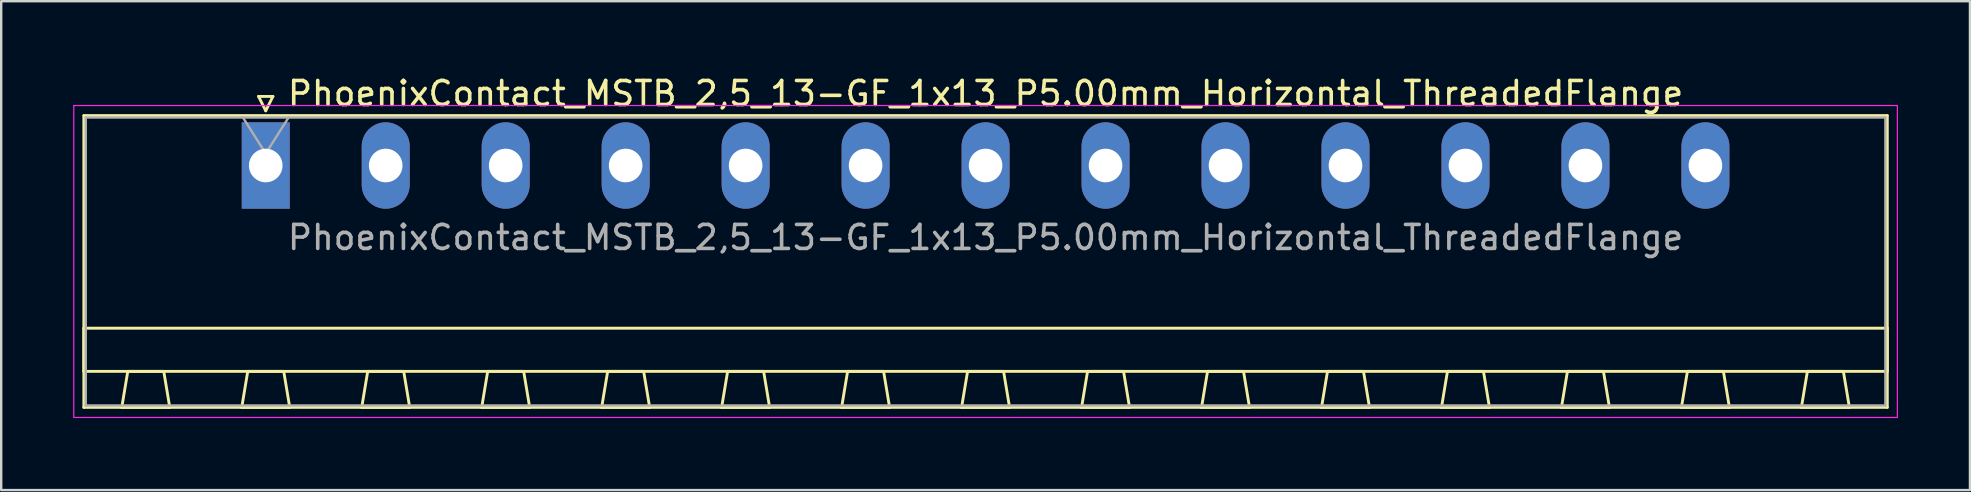
<source format=kicad_pcb>
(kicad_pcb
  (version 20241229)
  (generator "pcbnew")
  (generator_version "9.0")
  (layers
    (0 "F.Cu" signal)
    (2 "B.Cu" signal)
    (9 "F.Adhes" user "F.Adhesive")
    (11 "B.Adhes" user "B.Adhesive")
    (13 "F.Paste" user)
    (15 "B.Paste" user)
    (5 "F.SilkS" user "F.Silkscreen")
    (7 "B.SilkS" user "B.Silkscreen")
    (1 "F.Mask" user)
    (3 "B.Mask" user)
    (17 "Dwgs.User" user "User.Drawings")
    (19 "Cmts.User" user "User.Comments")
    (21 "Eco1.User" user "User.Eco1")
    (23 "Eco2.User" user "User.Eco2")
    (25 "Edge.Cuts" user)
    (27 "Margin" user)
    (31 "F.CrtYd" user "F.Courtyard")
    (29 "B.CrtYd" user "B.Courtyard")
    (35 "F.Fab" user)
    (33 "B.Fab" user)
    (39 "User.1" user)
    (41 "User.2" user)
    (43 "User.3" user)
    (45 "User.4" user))
  (footprint "PhoenixContact_MSTB_2,5_13-GF_1x13_P5.00mm_Horizontal_ThreadedFlange"
    (layer "F.Cu")
    (at 8.025 3.848)
    (property "Reference" "PhoenixContact_MSTB_2,5_13-GF_1x13_P5.00mm_Horizontal_ThreadedFlange" (at 30 -3 0) (layer "F.SilkS") (effects (font (size 1 1) (thickness 0.15))))
    (attr through_hole)
    (fp_line (start -7.58 -2.08) (end -7.58 10.08) (stroke (width 0.12) (type solid)) (layer "F.SilkS"))
    (fp_line (start -7.58 6.78) (end 67.58 6.78) (stroke (width 0.12) (type solid)) (layer "F.SilkS"))
    (fp_line (start -7.58 8.58) (end -7.58 6.78) (stroke (width 0.12) (type solid)) (layer "F.SilkS"))
    (fp_line (start -7.58 10.08) (end 67.58 10.08) (stroke (width 0.12) (type solid)) (layer "F.SilkS"))
    (fp_line (start -6 10.08) (end -4 10.08) (stroke (width 0.12) (type solid)) (layer "F.SilkS"))
    (fp_line (start -5.75 8.58) (end -6 10.08) (stroke (width 0.12) (type solid)) (layer "F.SilkS"))
    (fp_line (start -4.25 8.58) (end -5.75 8.58) (stroke (width 0.12) (type solid)) (layer "F.SilkS"))
    (fp_line (start -4 10.08) (end -4.25 8.58) (stroke (width 0.12) (type solid)) (layer "F.SilkS"))
    (fp_line (start -1 10.08) (end 1 10.08) (stroke (width 0.12) (type solid)) (layer "F.SilkS"))
    (fp_line (start -0.75 8.58) (end -1 10.08) (stroke (width 0.12) (type solid)) (layer "F.SilkS"))
    (fp_line (start -0.3 -2.88) (end 0.3 -2.88) (stroke (width 0.12) (type solid)) (layer "F.SilkS"))
    (fp_line (start 0 -2.28) (end -0.3 -2.88) (stroke (width 0.12) (type solid)) (layer "F.SilkS"))
    (fp_line (start 0.3 -2.88) (end 0 -2.28) (stroke (width 0.12) (type solid)) (layer "F.SilkS"))
    (fp_line (start 0.75 8.58) (end -0.75 8.58) (stroke (width 0.12) (type solid)) (layer "F.SilkS"))
    (fp_line (start 1 10.08) (end 0.75 8.58) (stroke (width 0.12) (type solid)) (layer "F.SilkS"))
    (fp_line (start 4 10.08) (end 6 10.08) (stroke (width 0.12) (type solid)) (layer "F.SilkS"))
    (fp_line (start 4.25 8.58) (end 4 10.08) (stroke (width 0.12) (type solid)) (layer "F.SilkS"))
    (fp_line (start 5.75 8.58) (end 4.25 8.58) (stroke (width 0.12) (type solid)) (layer "F.SilkS"))
    (fp_line (start 6 10.08) (end 5.75 8.58) (stroke (width 0.12) (type solid)) (layer "F.SilkS"))
    (fp_line (start 9 10.08) (end 11 10.08) (stroke (width 0.12) (type solid)) (layer "F.SilkS"))
    (fp_line (start 9.25 8.58) (end 9 10.08) (stroke (width 0.12) (type solid)) (layer "F.SilkS"))
    (fp_line (start 10.75 8.58) (end 9.25 8.58) (stroke (width 0.12) (type solid)) (layer "F.SilkS"))
    (fp_line (start 11 10.08) (end 10.75 8.58) (stroke (width 0.12) (type solid)) (layer "F.SilkS"))
    (fp_line (start 14 10.08) (end 16 10.08) (stroke (width 0.12) (type solid)) (layer "F.SilkS"))
    (fp_line (start 14.25 8.58) (end 14 10.08) (stroke (width 0.12) (type solid)) (layer "F.SilkS"))
    (fp_line (start 15.75 8.58) (end 14.25 8.58) (stroke (width 0.12) (type solid)) (layer "F.SilkS"))
    (fp_line (start 16 10.08) (end 15.75 8.58) (stroke (width 0.12) (type solid)) (layer "F.SilkS"))
    (fp_line (start 19 10.08) (end 21 10.08) (stroke (width 0.12) (type solid)) (layer "F.SilkS"))
    (fp_line (start 19.25 8.58) (end 19 10.08) (stroke (width 0.12) (type solid)) (layer "F.SilkS"))
    (fp_line (start 20.75 8.58) (end 19.25 8.58) (stroke (width 0.12) (type solid)) (layer "F.SilkS"))
    (fp_line (start 21 10.08) (end 20.75 8.58) (stroke (width 0.12) (type solid)) (layer "F.SilkS"))
    (fp_line (start 24 10.08) (end 26 10.08) (stroke (width 0.12) (type solid)) (layer "F.SilkS"))
    (fp_line (start 24.25 8.58) (end 24 10.08) (stroke (width 0.12) (type solid)) (layer "F.SilkS"))
    (fp_line (start 25.75 8.58) (end 24.25 8.58) (stroke (width 0.12) (type solid)) (layer "F.SilkS"))
    (fp_line (start 26 10.08) (end 25.75 8.58) (stroke (width 0.12) (type solid)) (layer "F.SilkS"))
    (fp_line (start 29 10.08) (end 31 10.08) (stroke (width 0.12) (type solid)) (layer "F.SilkS"))
    (fp_line (start 29.25 8.58) (end 29 10.08) (stroke (width 0.12) (type solid)) (layer "F.SilkS"))
    (fp_line (start 30.75 8.58) (end 29.25 8.58) (stroke (width 0.12) (type solid)) (layer "F.SilkS"))
    (fp_line (start 31 10.08) (end 30.75 8.58) (stroke (width 0.12) (type solid)) (layer "F.SilkS"))
    (fp_line (start 34 10.08) (end 36 10.08) (stroke (width 0.12) (type solid)) (layer "F.SilkS"))
    (fp_line (start 34.25 8.58) (end 34 10.08) (stroke (width 0.12) (type solid)) (layer "F.SilkS"))
    (fp_line (start 35.75 8.58) (end 34.25 8.58) (stroke (width 0.12) (type solid)) (layer "F.SilkS"))
    (fp_line (start 36 10.08) (end 35.75 8.58) (stroke (width 0.12) (type solid)) (layer "F.SilkS"))
    (fp_line (start 39 10.08) (end 41 10.08) (stroke (width 0.12) (type solid)) (layer "F.SilkS"))
    (fp_line (start 39.25 8.58) (end 39 10.08) (stroke (width 0.12) (type solid)) (layer "F.SilkS"))
    (fp_line (start 40.75 8.58) (end 39.25 8.58) (stroke (width 0.12) (type solid)) (layer "F.SilkS"))
    (fp_line (start 41 10.08) (end 40.75 8.58) (stroke (width 0.12) (type solid)) (layer "F.SilkS"))
    (fp_line (start 44 10.08) (end 46 10.08) (stroke (width 0.12) (type solid)) (layer "F.SilkS"))
    (fp_line (start 44.25 8.58) (end 44 10.08) (stroke (width 0.12) (type solid)) (layer "F.SilkS"))
    (fp_line (start 45.75 8.58) (end 44.25 8.58) (stroke (width 0.12) (type solid)) (layer "F.SilkS"))
    (fp_line (start 46 10.08) (end 45.75 8.58) (stroke (width 0.12) (type solid)) (layer "F.SilkS"))
    (fp_line (start 49 10.08) (end 51 10.08) (stroke (width 0.12) (type solid)) (layer "F.SilkS"))
    (fp_line (start 49.25 8.58) (end 49 10.08) (stroke (width 0.12) (type solid)) (layer "F.SilkS"))
    (fp_line (start 50.75 8.58) (end 49.25 8.58) (stroke (width 0.12) (type solid)) (layer "F.SilkS"))
    (fp_line (start 51 10.08) (end 50.75 8.58) (stroke (width 0.12) (type solid)) (layer "F.SilkS"))
    (fp_line (start 54 10.08) (end 56 10.08) (stroke (width 0.12) (type solid)) (layer "F.SilkS"))
    (fp_line (start 54.25 8.58) (end 54 10.08) (stroke (width 0.12) (type solid)) (layer "F.SilkS"))
    (fp_line (start 55.75 8.58) (end 54.25 8.58) (stroke (width 0.12) (type solid)) (layer "F.SilkS"))
    (fp_line (start 56 10.08) (end 55.75 8.58) (stroke (width 0.12) (type solid)) (layer "F.SilkS"))
    (fp_line (start 59 10.08) (end 61 10.08) (stroke (width 0.12) (type solid)) (layer "F.SilkS"))
    (fp_line (start 59.25 8.58) (end 59 10.08) (stroke (width 0.12) (type solid)) (layer "F.SilkS"))
    (fp_line (start 60.75 8.58) (end 59.25 8.58) (stroke (width 0.12) (type solid)) (layer "F.SilkS"))
    (fp_line (start 61 10.08) (end 60.75 8.58) (stroke (width 0.12) (type solid)) (layer "F.SilkS"))
    (fp_line (start 64 10.08) (end 66 10.08) (stroke (width 0.12) (type solid)) (layer "F.SilkS"))
    (fp_line (start 64.25 8.58) (end 64 10.08) (stroke (width 0.12) (type solid)) (layer "F.SilkS"))
    (fp_line (start 65.75 8.58) (end 64.25 8.58) (stroke (width 0.12) (type solid)) (layer "F.SilkS"))
    (fp_line (start 66 10.08) (end 65.75 8.58) (stroke (width 0.12) (type solid)) (layer "F.SilkS"))
    (fp_line (start 67.58 -2.08) (end -7.58 -2.08) (stroke (width 0.12) (type solid)) (layer "F.SilkS"))
    (fp_line (start 67.58 6.78) (end 67.58 8.58) (stroke (width 0.12) (type solid)) (layer "F.SilkS"))
    (fp_line (start 67.58 8.58) (end -7.58 8.58) (stroke (width 0.12) (type solid)) (layer "F.SilkS"))
    (fp_line (start 67.58 10.08) (end 67.58 -2.08) (stroke (width 0.12) (type solid)) (layer "F.SilkS"))
    (fp_line (start -8 -2.5) (end -8 10.5) (stroke (width 0.05) (type solid)) (layer "F.CrtYd"))
    (fp_line (start -8 10.5) (end 68 10.5) (stroke (width 0.05) (type solid)) (layer "F.CrtYd"))
    (fp_line (start 68 -2.5) (end -8 -2.5) (stroke (width 0.05) (type solid)) (layer "F.CrtYd"))
    (fp_line (start 68 10.5) (end 68 -2.5) (stroke (width 0.05) (type solid)) (layer "F.CrtYd"))
    (fp_line (start -7.5 -2) (end -7.5 10) (stroke (width 0.1) (type solid)) (layer "F.Fab"))
    (fp_line (start -7.5 10) (end 67.5 10) (stroke (width 0.1) (type solid)) (layer "F.Fab"))
    (fp_line (start 0 -0.5) (end -0.95 -2) (stroke (width 0.1) (type solid)) (layer "F.Fab"))
    (fp_line (start 0.95 -2) (end 0 -0.5) (stroke (width 0.1) (type solid)) (layer "F.Fab"))
    (fp_line (start 67.5 -2) (end -7.5 -2) (stroke (width 0.1) (type solid)) (layer "F.Fab"))
    (fp_line (start 67.5 10) (end 67.5 -2) (stroke (width 0.1) (type solid)) (layer "F.Fab"))
    (fp_text user "${REFERENCE}" (at 30 3 0) (layer "F.Fab") (effects (font (size 1 1) (thickness 0.15))))
    (pad "1" thru_hole rect (at 0 0) (size 2 3.6) (drill 1.4) (layers "*.Cu" "*.Mask"))
    (pad "2" thru_hole oval (at 5 0) (size 2 3.6) (drill 1.4) (layers "*.Cu" "*.Mask"))
    (pad "3" thru_hole oval (at 10 0) (size 2 3.6) (drill 1.4) (layers "*.Cu" "*.Mask"))
    (pad "4" thru_hole oval (at 15 0) (size 2 3.6) (drill 1.4) (layers "*.Cu" "*.Mask"))
    (pad "5" thru_hole oval (at 20 0) (size 2 3.6) (drill 1.4) (layers "*.Cu" "*.Mask"))
    (pad "6" thru_hole oval (at 25 0) (size 2 3.6) (drill 1.4) (layers "*.Cu" "*.Mask"))
    (pad "7" thru_hole oval (at 30 0) (size 2 3.6) (drill 1.4) (layers "*.Cu" "*.Mask"))
    (pad "8" thru_hole oval (at 35 0) (size 2 3.6) (drill 1.4) (layers "*.Cu" "*.Mask"))
    (pad "9" thru_hole oval (at 40 0) (size 2 3.6) (drill 1.4) (layers "*.Cu" "*.Mask"))
    (pad "10" thru_hole oval (at 45 0) (size 2 3.6) (drill 1.4) (layers "*.Cu" "*.Mask"))
    (pad "11" thru_hole oval (at 50 0) (size 2 3.6) (drill 1.4) (layers "*.Cu" "*.Mask"))
    (pad "12" thru_hole oval (at 55 0) (size 2 3.6) (drill 1.4) (layers "*.Cu" "*.Mask"))
    (pad "13" thru_hole oval (at 60 0) (size 2 3.6) (drill 1.4) (layers "*.Cu" "*.Mask")))
  (gr_rect
    (start -3 -3)
    (end 79.05 17.373)
    (stroke (width 0.1) (type default))
    (fill no)
    (layer "Edge.Cuts")))
</source>
